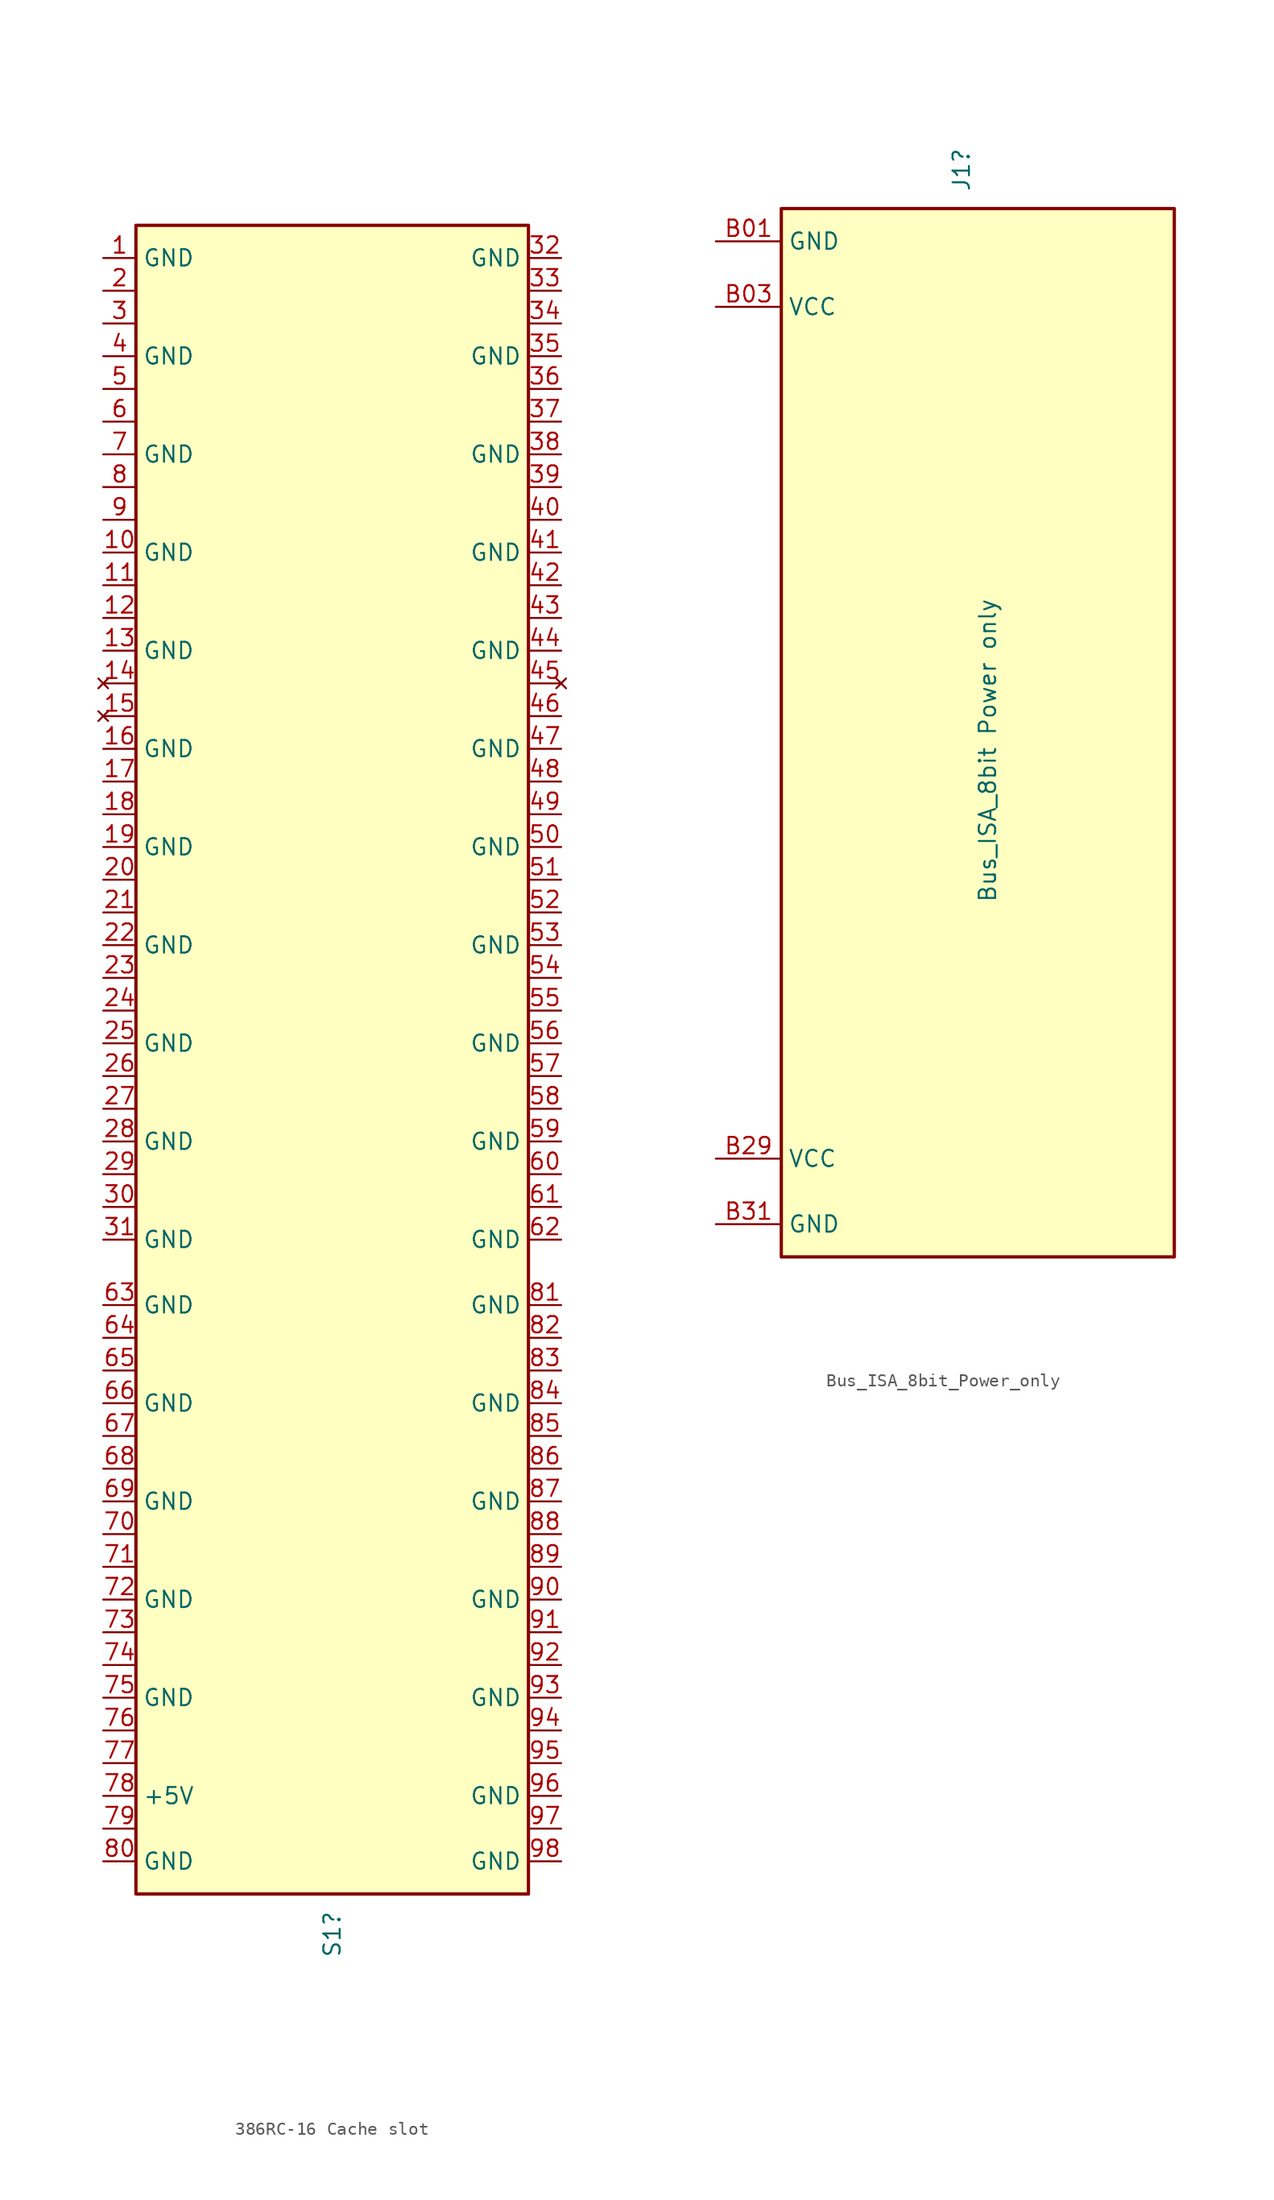
<source format=kicad_sym>
(kicad_symbol_lib
  (version 20240819)
  (generator "kicad_symbol_editor")
  (generator_version "8.99")
  (symbol "386RC-16 Cache slot"
    (property "Reference" "S1"
      (at -0.0001 -64.77 90)
      (effects (font (size 1.27 1.27)) (justify right)))
    (symbol "386RC-16 Cache slot_0_1"
      (rectangle (start -15.24 -63.5) (end 15.24 66.04) (stroke (width 0.254) (type default)) (fill (type background))))
    (symbol "386RC-16 Cache slot_1_1"
      (pin power_in line (at -17.78 63.5 0) (length 2.54) (name "GND" (effects (font (size 1.27 1.27)))) (number "1" (effects (font (size 1.27 1.27)))))
      (pin bidirectional line (at -17.78 60.96 0) (length 2.54) (name "" (effects (font (size 1.27 1.27)))) (number "2" (effects (font (size 1.27 1.27)))))
      (pin bidirectional line (at -17.78 58.42 0) (length 2.54) (name "" (effects (font (size 1.27 1.27)))) (number "3" (effects (font (size 1.27 1.27)))))
      (pin power_in line (at -17.78 55.88 0) (length 2.54) (name "GND" (effects (font (size 1.27 1.27)))) (number "4" (effects (font (size 1.27 1.27)))))
      (pin bidirectional line (at -17.78 53.34 0) (length 2.54) (name "" (effects (font (size 1.27 1.27)))) (number "5" (effects (font (size 1.27 1.27)))))
      (pin bidirectional line (at -17.78 50.8 0) (length 2.54) (name "" (effects (font (size 1.27 1.27)))) (number "6" (effects (font (size 1.27 1.27)))))
      (pin power_in line (at -17.78 48.26 0) (length 2.54) (name "GND" (effects (font (size 1.27 1.27)))) (number "7" (effects (font (size 1.27 1.27)))))
      (pin bidirectional line (at -17.78 45.72 0) (length 2.54) (name "" (effects (font (size 1.27 1.27)))) (number "8" (effects (font (size 1.27 1.27)))))
      (pin bidirectional line (at -17.78 43.18 0) (length 2.54) (name "" (effects (font (size 1.27 1.27)))) (number "9" (effects (font (size 1.27 1.27)))))
      (pin power_in line (at -17.78 40.64 0) (length 2.54) (name "GND" (effects (font (size 1.27 1.27)))) (number "10" (effects (font (size 1.27 1.27)))))
      (pin bidirectional line (at -17.78 38.1 0) (length 2.54) (name "" (effects (font (size 1.27 1.27)))) (number "11" (effects (font (size 1.27 1.27)))))
      (pin bidirectional line (at -17.78 35.56 0) (length 2.54) (name "" (effects (font (size 1.27 1.27)))) (number "12" (effects (font (size 1.27 1.27)))))
      (pin power_in line (at -17.78 33.02 0) (length 2.54) (name "GND" (effects (font (size 1.27 1.27)))) (number "13" (effects (font (size 1.27 1.27)))))
      (pin no_connect line (at -17.78 30.48 0) (length 2.54) (name "" (effects (font (size 1.27 1.27)))) (number "14" (effects (font (size 1.27 1.27)))))
      (pin no_connect line (at -17.78 27.94 0) (length 2.54) (name "" (effects (font (size 1.27 1.27)))) (number "15" (effects (font (size 1.27 1.27)))))
      (pin power_in line (at -17.78 25.4 0) (length 2.54) (name "GND" (effects (font (size 1.27 1.27)))) (number "16" (effects (font (size 1.27 1.27)))))
      (pin bidirectional line (at -17.78 22.86 0) (length 2.54) (name "" (effects (font (size 1.27 1.27)))) (number "17" (effects (font (size 1.27 1.27)))))
      (pin bidirectional line (at -17.78 20.32 0) (length 2.54) (name "" (effects (font (size 1.27 1.27)))) (number "18" (effects (font (size 1.27 1.27)))))
      (pin power_in line (at -17.78 17.78 0) (length 2.54) (name "GND" (effects (font (size 1.27 1.27)))) (number "19" (effects (font (size 1.27 1.27)))))
      (pin bidirectional line (at -17.78 15.24 0) (length 2.54) (name "" (effects (font (size 1.27 1.27)))) (number "20" (effects (font (size 1.27 1.27)))))
      (pin bidirectional line (at -17.78 12.7 0) (length 2.54) (name "" (effects (font (size 1.27 1.27)))) (number "21" (effects (font (size 1.27 1.27)))))
      (pin power_in line (at -17.78 10.16 0) (length 2.54) (name "GND" (effects (font (size 1.27 1.27)))) (number "22" (effects (font (size 1.27 1.27)))))
      (pin bidirectional line (at -17.78 7.62 0) (length 2.54) (name "" (effects (font (size 1.27 1.27)))) (number "23" (effects (font (size 1.27 1.27)))))
      (pin bidirectional line (at -17.78 5.08 0) (length 2.54) (name "" (effects (font (size 1.27 1.27)))) (number "24" (effects (font (size 1.27 1.27)))))
      (pin power_in line (at -17.78 2.54 0) (length 2.54) (name "GND" (effects (font (size 1.27 1.27)))) (number "25" (effects (font (size 1.27 1.27)))))
      (pin bidirectional line (at -17.78 0 0) (length 2.54) (name "" (effects (font (size 1.27 1.27)))) (number "26" (effects (font (size 1.27 1.27)))))
      (pin bidirectional line (at -17.78 -2.54 0) (length 2.54) (name "" (effects (font (size 1.27 1.27)))) (number "27" (effects (font (size 1.27 1.27)))))
      (pin power_in line (at -17.78 -5.08 0) (length 2.54) (name "GND" (effects (font (size 1.27 1.27)))) (number "28" (effects (font (size 1.27 1.27)))))
      (pin bidirectional line (at -17.78 -7.62 0) (length 2.54) (name "" (effects (font (size 1.27 1.27)))) (number "29" (effects (font (size 1.27 1.27)))))
      (pin bidirectional line (at -17.78 -10.16 0) (length 2.54) (name "" (effects (font (size 1.27 1.27)))) (number "30" (effects (font (size 1.27 1.27)))))
      (pin power_in line (at -17.78 -12.7 0) (length 2.54) (name "GND" (effects (font (size 1.27 1.27)))) (number "31" (effects (font (size 1.27 1.27)))))
      (pin power_in line (at -17.78 -17.78 0) (length 2.54) (name "GND" (effects (font (size 1.27 1.27)))) (number "63" (effects (font (size 1.27 1.27)))))
      (pin bidirectional line (at -17.78 -20.32 0) (length 2.54) (name "" (effects (font (size 1.27 1.27)))) (number "64" (effects (font (size 1.27 1.27)))))
      (pin bidirectional line (at -17.78 -22.86 0) (length 2.54) (name "" (effects (font (size 1.27 1.27)))) (number "65" (effects (font (size 1.27 1.27)))))
      (pin power_in line (at -17.78 -25.4 0) (length 2.54) (name "GND" (effects (font (size 1.27 1.27)))) (number "66" (effects (font (size 1.27 1.27)))))
      (pin bidirectional line (at -17.78 -27.94 0) (length 2.54) (name "" (effects (font (size 1.27 1.27)))) (number "67" (effects (font (size 1.27 1.27)))))
      (pin bidirectional line (at -17.78 -30.48 0) (length 2.54) (name "" (effects (font (size 1.27 1.27)))) (number "68" (effects (font (size 1.27 1.27)))))
      (pin power_in line (at -17.78 -33.02 0) (length 2.54) (name "GND" (effects (font (size 1.27 1.27)))) (number "69" (effects (font (size 1.27 1.27)))))
      (pin bidirectional line (at -17.78 -35.56 0) (length 2.54) (name "" (effects (font (size 1.27 1.27)))) (number "70" (effects (font (size 1.27 1.27)))))
      (pin bidirectional line (at -17.78 -38.1 0) (length 2.54) (name "" (effects (font (size 1.27 1.27)))) (number "71" (effects (font (size 1.27 1.27)))))
      (pin power_in line (at -17.78 -40.64 0) (length 2.54) (name "GND" (effects (font (size 1.27 1.27)))) (number "72" (effects (font (size 1.27 1.27)))))
      (pin bidirectional line (at -17.78 -43.18 0) (length 2.54) (name "" (effects (font (size 1.27 1.27)))) (number "73" (effects (font (size 1.27 1.27)))))
      (pin bidirectional line (at -17.78 -45.72 0) (length 2.54) (name "" (effects (font (size 1.27 1.27)))) (number "74" (effects (font (size 1.27 1.27)))))
      (pin power_in line (at -17.78 -48.26 0) (length 2.54) (name "GND" (effects (font (size 1.27 1.27)))) (number "75" (effects (font (size 1.27 1.27)))))
      (pin bidirectional line (at -17.78 -50.8 0) (length 2.54) (name "" (effects (font (size 1.27 1.27)))) (number "76" (effects (font (size 1.27 1.27)))))
      (pin bidirectional line (at -17.78 -53.34 0) (length 2.54) (name "" (effects (font (size 1.27 1.27)))) (number "77" (effects (font (size 1.27 1.27)))))
      (pin power_in line (at -17.78 -55.88 0) (length 2.54) (name "+5V" (effects (font (size 1.27 1.27)))) (number "78" (effects (font (size 1.27 1.27)))))
      (pin bidirectional line (at -17.78 -58.42 0) (length 2.54) (name "" (effects (font (size 1.27 1.27)))) (number "79" (effects (font (size 1.27 1.27)))))
      (pin power_in line (at -17.78 -60.96 0) (length 2.54) (name "GND" (effects (font (size 1.27 1.27)))) (number "80" (effects (font (size 1.27 1.27)))))
      (pin power_in line (at 17.78 63.5 180) (length 2.54) (name "GND" (effects (font (size 1.27 1.27)))) (number "32" (effects (font (size 1.27 1.27)))))
      (pin bidirectional line (at 17.78 60.96 180) (length 2.54) (name "" (effects (font (size 1.27 1.27)))) (number "33" (effects (font (size 1.27 1.27)))))
      (pin bidirectional line (at 17.78 58.42 180) (length 2.54) (name "" (effects (font (size 1.27 1.27)))) (number "34" (effects (font (size 1.27 1.27)))))
      (pin power_in line (at 17.78 55.88 180) (length 2.54) (name "GND" (effects (font (size 1.27 1.27)))) (number "35" (effects (font (size 1.27 1.27)))))
      (pin bidirectional line (at 17.78 53.34 180) (length 2.54) (name "" (effects (font (size 1.27 1.27)))) (number "36" (effects (font (size 1.27 1.27)))))
      (pin bidirectional line (at 17.78 50.8 180) (length 2.54) (name "" (effects (font (size 1.27 1.27)))) (number "37" (effects (font (size 1.27 1.27)))))
      (pin power_in line (at 17.78 48.26 180) (length 2.54) (name "GND" (effects (font (size 1.27 1.27)))) (number "38" (effects (font (size 1.27 1.27)))))
      (pin bidirectional line (at 17.78 45.72 180) (length 2.54) (name "" (effects (font (size 1.27 1.27)))) (number "39" (effects (font (size 1.27 1.27)))))
      (pin bidirectional line (at 17.78 43.18 180) (length 2.54) (name "" (effects (font (size 1.27 1.27)))) (number "40" (effects (font (size 1.27 1.27)))))
      (pin power_in line (at 17.78 40.64 180) (length 2.54) (name "GND" (effects (font (size 1.27 1.27)))) (number "41" (effects (font (size 1.27 1.27)))))
      (pin bidirectional line (at 17.78 38.1 180) (length 2.54) (name "" (effects (font (size 1.27 1.27)))) (number "42" (effects (font (size 1.27 1.27)))))
      (pin bidirectional line (at 17.78 35.56 180) (length 2.54) (name "" (effects (font (size 1.27 1.27)))) (number "43" (effects (font (size 1.27 1.27)))))
      (pin power_in line (at 17.78 33.02 180) (length 2.54) (name "GND" (effects (font (size 1.27 1.27)))) (number "44" (effects (font (size 1.27 1.27)))))
      (pin no_connect line (at 17.78 30.48 180) (length 2.54) (name "" (effects (font (size 1.27 1.27)))) (number "45" (effects (font (size 1.27 1.27)))))
      (pin bidirectional line (at 17.78 27.94 180) (length 2.54) (name "" (effects (font (size 1.27 1.27)))) (number "46" (effects (font (size 1.27 1.27)))))
      (pin power_in line (at 17.78 25.4 180) (length 2.54) (name "GND" (effects (font (size 1.27 1.27)))) (number "47" (effects (font (size 1.27 1.27)))))
      (pin bidirectional line (at 17.78 22.86 180) (length 2.54) (name "" (effects (font (size 1.27 1.27)))) (number "48" (effects (font (size 1.27 1.27)))))
      (pin bidirectional line (at 17.78 20.32 180) (length 2.54) (name "" (effects (font (size 1.27 1.27)))) (number "49" (effects (font (size 1.27 1.27)))))
      (pin power_in line (at 17.78 17.78 180) (length 2.54) (name "GND" (effects (font (size 1.27 1.27)))) (number "50" (effects (font (size 1.27 1.27)))))
      (pin bidirectional line (at 17.78 15.24 180) (length 2.54) (name "" (effects (font (size 1.27 1.27)))) (number "51" (effects (font (size 1.27 1.27)))))
      (pin bidirectional line (at 17.78 12.7 180) (length 2.54) (name "" (effects (font (size 1.27 1.27)))) (number "52" (effects (font (size 1.27 1.27)))))
      (pin power_in line (at 17.78 10.16 180) (length 2.54) (name "GND" (effects (font (size 1.27 1.27)))) (number "53" (effects (font (size 1.27 1.27)))))
      (pin bidirectional line (at 17.78 7.62 180) (length 2.54) (name "" (effects (font (size 1.27 1.27)))) (number "54" (effects (font (size 1.27 1.27)))))
      (pin bidirectional line (at 17.78 5.08 180) (length 2.54) (name "" (effects (font (size 1.27 1.27)))) (number "55" (effects (font (size 1.27 1.27)))))
      (pin power_in line (at 17.78 2.54 180) (length 2.54) (name "GND" (effects (font (size 1.27 1.27)))) (number "56" (effects (font (size 1.27 1.27)))))
      (pin bidirectional line (at 17.78 0 180) (length 2.54) (name "" (effects (font (size 1.27 1.27)))) (number "57" (effects (font (size 1.27 1.27)))))
      (pin bidirectional line (at 17.78 -2.54 180) (length 2.54) (name "" (effects (font (size 1.27 1.27)))) (number "58" (effects (font (size 1.27 1.27)))))
      (pin power_in line (at 17.78 -5.08 180) (length 2.54) (name "GND" (effects (font (size 1.27 1.27)))) (number "59" (effects (font (size 1.27 1.27)))))
      (pin bidirectional line (at 17.78 -7.62 180) (length 2.54) (name "" (effects (font (size 1.27 1.27)))) (number "60" (effects (font (size 1.27 1.27)))))
      (pin bidirectional line (at 17.78 -10.16 180) (length 2.54) (name "" (effects (font (size 1.27 1.27)))) (number "61" (effects (font (size 1.27 1.27)))))
      (pin power_in line (at 17.78 -12.7 180) (length 2.54) (name "GND" (effects (font (size 1.27 1.27)))) (number "62" (effects (font (size 1.27 1.27)))))
      (pin power_in line (at 17.78 -17.78 180) (length 2.54) (name "GND" (effects (font (size 1.27 1.27)))) (number "81" (effects (font (size 1.27 1.27)))))
      (pin bidirectional line (at 17.78 -20.32 180) (length 2.54) (name "" (effects (font (size 1.27 1.27)))) (number "82" (effects (font (size 1.27 1.27)))))
      (pin bidirectional line (at 17.78 -22.86 180) (length 2.54) (name "" (effects (font (size 1.27 1.27)))) (number "83" (effects (font (size 1.27 1.27)))))
      (pin power_in line (at 17.78 -25.4 180) (length 2.54) (name "GND" (effects (font (size 1.27 1.27)))) (number "84" (effects (font (size 1.27 1.27)))))
      (pin bidirectional line (at 17.78 -27.94 180) (length 2.54) (name "" (effects (font (size 1.27 1.27)))) (number "85" (effects (font (size 1.27 1.27)))))
      (pin bidirectional line (at 17.78 -30.48 180) (length 2.54) (name "" (effects (font (size 1.27 1.27)))) (number "86" (effects (font (size 1.27 1.27)))))
      (pin power_in line (at 17.78 -33.02 180) (length 2.54) (name "GND" (effects (font (size 1.27 1.27)))) (number "87" (effects (font (size 1.27 1.27)))))
      (pin bidirectional line (at 17.78 -35.56 180) (length 2.54) (name "" (effects (font (size 1.27 1.27)))) (number "88" (effects (font (size 1.27 1.27)))))
      (pin bidirectional line (at 17.78 -38.1 180) (length 2.54) (name "" (effects (font (size 1.27 1.27)))) (number "89" (effects (font (size 1.27 1.27)))))
      (pin power_in line (at 17.78 -40.64 180) (length 2.54) (name "GND" (effects (font (size 1.27 1.27)))) (number "90" (effects (font (size 1.27 1.27)))))
      (pin bidirectional line (at 17.78 -43.18 180) (length 2.54) (name "" (effects (font (size 1.27 1.27)))) (number "91" (effects (font (size 1.27 1.27)))))
      (pin bidirectional line (at 17.78 -45.72 180) (length 2.54) (name "" (effects (font (size 1.27 1.27)))) (number "92" (effects (font (size 1.27 1.27)))))
      (pin power_in line (at 17.78 -48.26 180) (length 2.54) (name "GND" (effects (font (size 1.27 1.27)))) (number "93" (effects (font (size 1.27 1.27)))))
      (pin bidirectional line (at 17.78 -50.8 180) (length 2.54) (name "" (effects (font (size 1.27 1.27)))) (number "94" (effects (font (size 1.27 1.27)))))
      (pin bidirectional line (at 17.78 -53.34 180) (length 2.54) (name "" (effects (font (size 1.27 1.27)))) (number "95" (effects (font (size 1.27 1.27)))))
      (pin power_in line (at 17.78 -55.88 180) (length 2.54) (name "GND" (effects (font (size 1.27 1.27)))) (number "96" (effects (font (size 1.27 1.27)))))
      (pin bidirectional line (at 17.78 -58.42 180) (length 2.54) (name "" (effects (font (size 1.27 1.27)))) (number "97" (effects (font (size 1.27 1.27)))))
      (pin power_in line (at 17.78 -60.96 180) (length 2.54) (name "GND" (effects (font (size 1.27 1.27)))) (number "98" (effects (font (size 1.27 1.27)))))))
  (symbol "Bus_ISA_8bit_Power_only"
    (property "Reference" "J1"
      (at -1.27 41.91 90)
      (effects (font (size 1.27 1.27)) (justify left)))
    (property "Value" "Bus_ISA_8bit Power only"
      (at 0.762 -13.208 90)
      (effects (font (size 1.27 1.27)) (justify left)))
    (symbol "Bus_ISA_8bit_Power_only_0_1"
      (rectangle (start -15.24 40.64) (end 15.24 -40.64) (stroke (width 0.254) (type solid)) (fill (type background))))
    (symbol "Bus_ISA_8bit_Power_only_1_1"
      (pin power_out line (at -20.32 38.1 0) (length 5.08) (name "GND" (effects (font (size 1.27 1.27)))) (number "B01" (effects (font (size 1.27 1.27)))))
      (pin power_out line (at -20.32 33.02 0) (length 5.08) (name "VCC" (effects (font (size 1.27 1.27)))) (number "B03" (effects (font (size 1.27 1.27)))))
      (pin power_in line (at -20.32 -33.02 0) (length 5.08) (name "VCC" (effects (font (size 1.27 1.27)))) (number "B29" (effects (font (size 1.27 1.27)))))
      (pin power_in line (at -20.32 -38.1 0) (length 5.08) (name "GND" (effects (font (size 1.27 1.27)))) (number "B31" (effects (font (size 1.27 1.27))))))))
</source>
